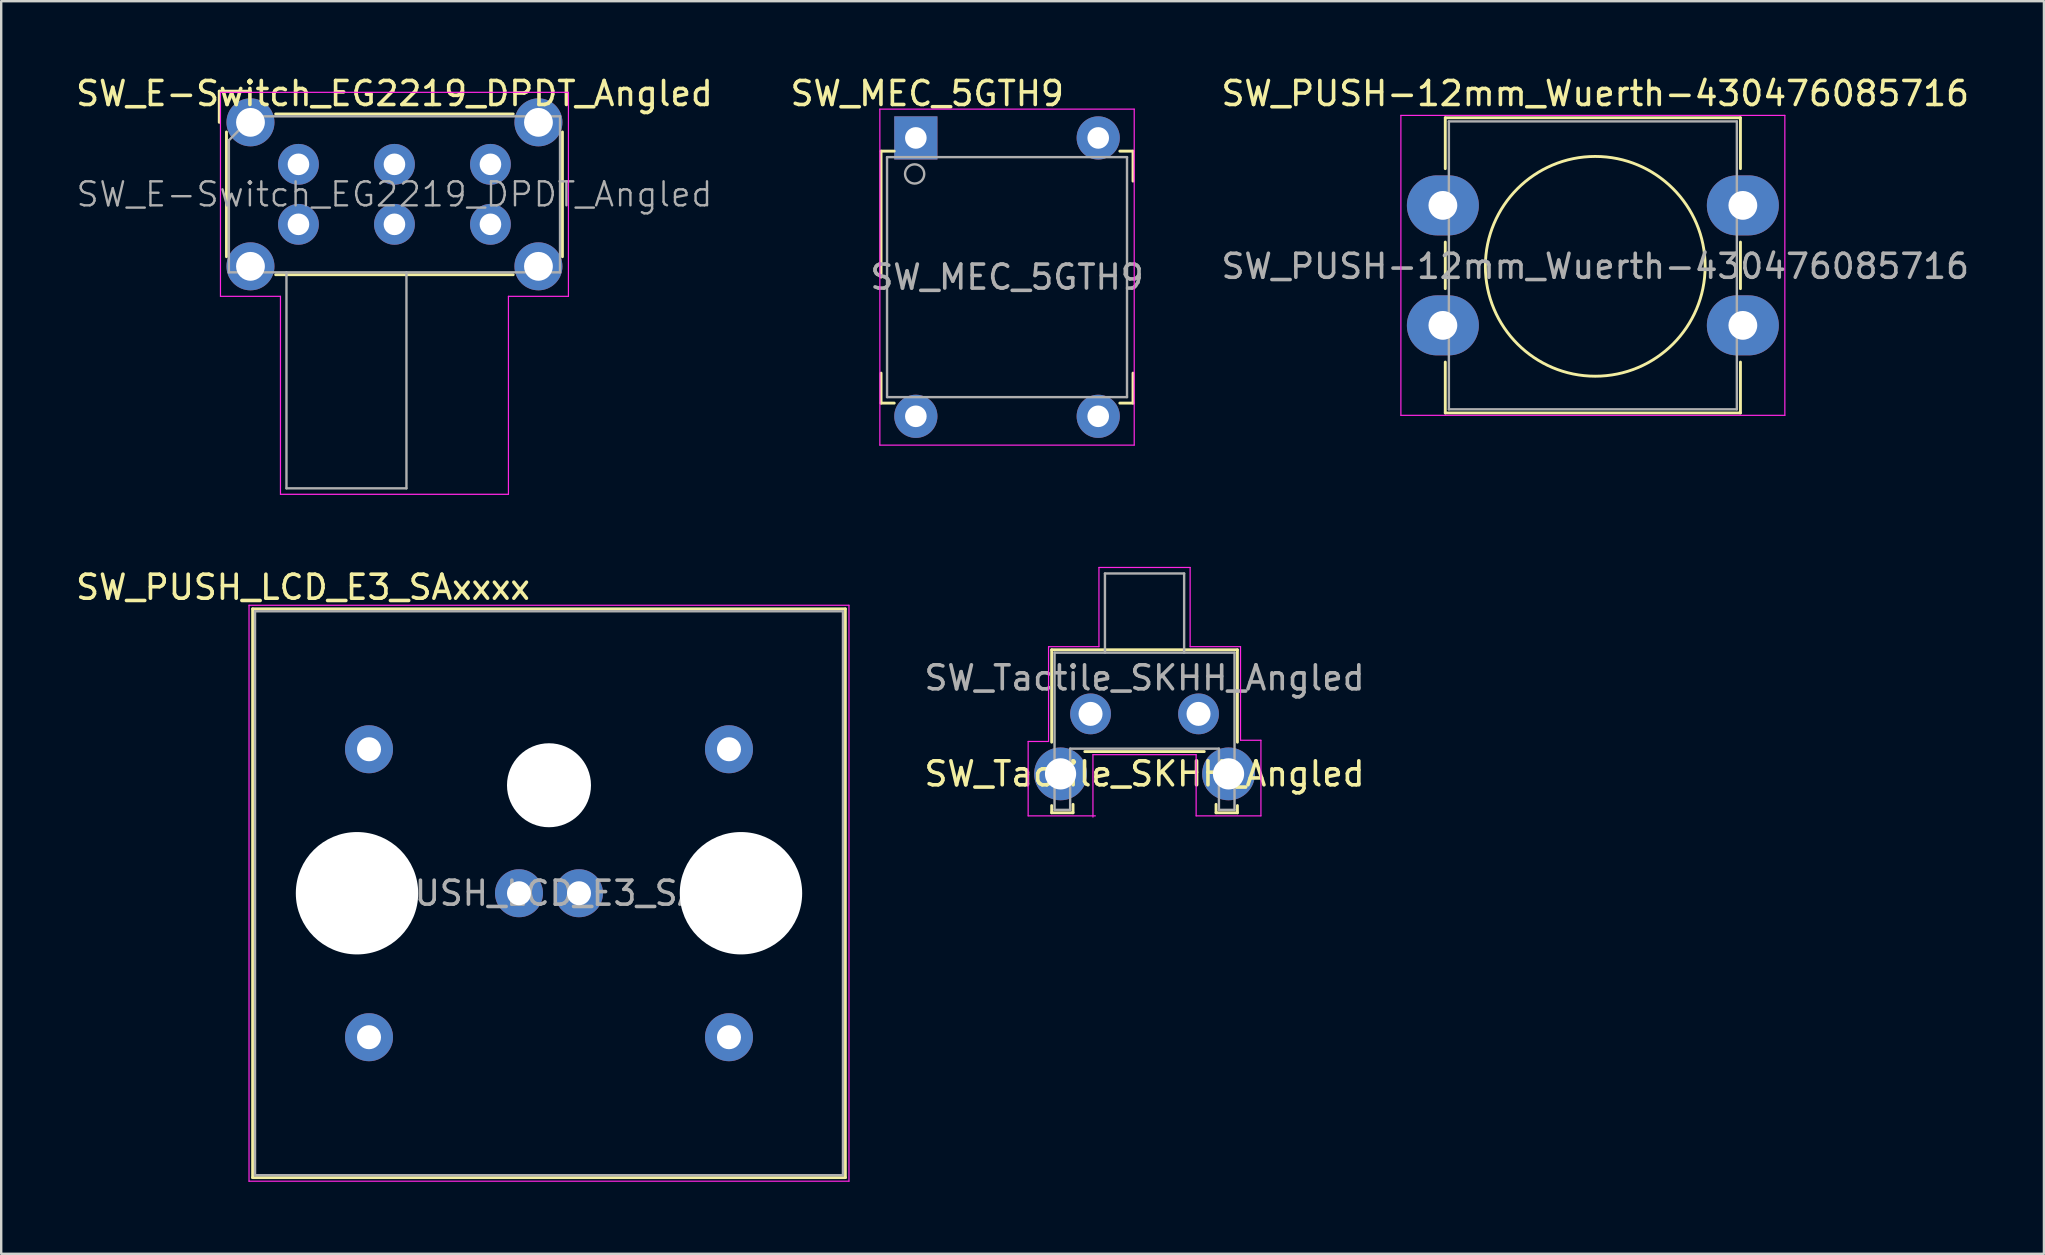
<source format=kicad_pcb>
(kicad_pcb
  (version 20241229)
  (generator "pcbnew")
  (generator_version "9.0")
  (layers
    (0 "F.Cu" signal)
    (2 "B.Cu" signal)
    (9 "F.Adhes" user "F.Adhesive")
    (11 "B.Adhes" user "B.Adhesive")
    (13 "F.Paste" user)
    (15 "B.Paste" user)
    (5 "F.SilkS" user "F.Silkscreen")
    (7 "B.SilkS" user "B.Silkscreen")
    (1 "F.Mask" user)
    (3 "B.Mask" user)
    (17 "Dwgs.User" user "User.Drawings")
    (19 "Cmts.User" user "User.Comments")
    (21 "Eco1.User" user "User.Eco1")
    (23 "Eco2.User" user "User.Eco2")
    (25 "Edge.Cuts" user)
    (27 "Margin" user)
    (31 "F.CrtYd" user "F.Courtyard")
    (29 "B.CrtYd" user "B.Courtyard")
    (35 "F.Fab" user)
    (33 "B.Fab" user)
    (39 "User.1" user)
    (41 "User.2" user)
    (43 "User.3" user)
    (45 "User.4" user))
  (footprint "SW_E-Switch_EG2219_DPDT_Angled"
    (layer "F.Cu")
    (at 9.387 3.798)
    (property "Reference" "SW_E-Switch_EG2219_DPDT_Angled" (at 4 -2.95 0) (layer "F.SilkS") (effects (font (size 1 1) (thickness 0.15))))
    (attr through_hole)
    (fp_line (start -3.3 -3.05) (end -2 -3.05) (stroke (width 0.12) (type solid)) (layer "F.SilkS"))
    (fp_line (start -3.3 -1.75) (end -3.3 -3.05) (stroke (width 0.12) (type solid)) (layer "F.SilkS"))
    (fp_line (start -3 3.85) (end -3 -1.35) (stroke (width 0.12) (type solid)) (layer "F.SilkS"))
    (fp_line (start -0.95 -2.1) (end 8.95 -2.1) (stroke (width 0.12) (type solid)) (layer "F.SilkS"))
    (fp_line (start 8.95 4.6) (end -0.95 4.6) (stroke (width 0.12) (type solid)) (layer "F.SilkS"))
    (fp_line (start 11 -1.35) (end 11 3.85) (stroke (width 0.12) (type solid)) (layer "F.SilkS"))
    (fp_line (start -3.25 -3) (end 11.25 -3) (stroke (width 0.05) (type solid)) (layer "F.CrtYd"))
    (fp_line (start -3.25 5.5) (end -3.25 -3) (stroke (width 0.05) (type solid)) (layer "F.CrtYd"))
    (fp_line (start -0.75 5.5) (end -3.25 5.5) (stroke (width 0.05) (type solid)) (layer "F.CrtYd"))
    (fp_line (start -0.75 13.75) (end -0.75 5.5) (stroke (width 0.05) (type solid)) (layer "F.CrtYd"))
    (fp_line (start 8.75 5.5) (end 8.75 13.75) (stroke (width 0.05) (type solid)) (layer "F.CrtYd"))
    (fp_line (start 8.75 13.75) (end -0.75 13.75) (stroke (width 0.05) (type solid)) (layer "F.CrtYd"))
    (fp_line (start 11.25 -3) (end 11.25 5.5) (stroke (width 0.05) (type solid)) (layer "F.CrtYd"))
    (fp_line (start 11.25 5.5) (end 8.75 5.5) (stroke (width 0.05) (type solid)) (layer "F.CrtYd"))
    (fp_line (start -2.9 4.5) (end -2.9 -1) (stroke (width 0.1) (type solid)) (layer "F.Fab"))
    (fp_line (start -1.9 -2) (end -2.9 -1) (stroke (width 0.1) (type solid)) (layer "F.Fab"))
    (fp_line (start -1.9 -2) (end 10.9 -2) (stroke (width 0.1) (type solid)) (layer "F.Fab"))
    (fp_line (start -0.5 13.5) (end -0.5 4.5) (stroke (width 0.1) (type solid)) (layer "F.Fab"))
    (fp_line (start 4.5 4.5) (end 4.5 13.5) (stroke (width 0.1) (type solid)) (layer "F.Fab"))
    (fp_line (start 4.5 13.5) (end -0.5 13.5) (stroke (width 0.1) (type solid)) (layer "F.Fab"))
    (fp_line (start 10.9 -2) (end 10.9 4.5) (stroke (width 0.1) (type solid)) (layer "F.Fab"))
    (fp_line (start 10.9 4.5) (end -2.9 4.5) (stroke (width 0.1) (type solid)) (layer "F.Fab"))
    (fp_text user "${REFERENCE}" (at 4 1.25 0) (layer "F.Fab") (effects (font (size 1 1) (thickness 0.1))))
    (pad "" thru_hole circle (at -2 -1.75) (size 2 2) (drill 1.2) (layers "*.Cu" "*.Mask"))
    (pad "" thru_hole circle (at -2 4.25) (size 2 2) (drill 1.2) (layers "*.Cu" "*.Mask"))
    (pad "" thru_hole circle (at 10 -1.75) (size 2 2) (drill 1.2) (layers "*.Cu" "*.Mask"))
    (pad "" thru_hole circle (at 10 4.25) (size 2 2) (drill 1.2) (layers "*.Cu" "*.Mask"))
    (pad "1" thru_hole circle (at 0 0) (size 1.7 1.7) (drill 0.9) (layers "*.Cu" "*.Mask"))
    (pad "2" thru_hole circle (at 4 0) (size 1.7 1.7) (drill 0.9) (layers "*.Cu" "*.Mask"))
    (pad "3" thru_hole circle (at 8 0) (size 1.7 1.7) (drill 0.9) (layers "*.Cu" "*.Mask"))
    (pad "4" thru_hole circle (at 0 2.5) (size 1.7 1.7) (drill 0.9) (layers "*.Cu" "*.Mask"))
    (pad "5" thru_hole circle (at 4 2.5) (size 1.7 1.7) (drill 0.9) (layers "*.Cu" "*.Mask"))
    (pad "6" thru_hole circle (at 8 2.5) (size 1.7 1.7) (drill 0.9) (layers "*.Cu" "*.Mask")))
  (footprint "SW_PUSH_LCD_E3_SAxxxx"
    (layer "F.Cu")
    (at 27.327 28.172)
    (property "Reference" "SW_PUSH_LCD_E3_SAxxxx" (at -17.75 -6.75 0) (layer "F.SilkS") (effects (font (size 1 1) (thickness 0.15))))
    (attr through_hole)
    (fp_line (start -19.85 -5.85) (end -19.85 17.85) (stroke (width 0.12) (type solid)) (layer "F.SilkS"))
    (fp_line (start -19.85 17.85) (end 4.85 17.85) (stroke (width 0.12) (type solid)) (layer "F.SilkS"))
    (fp_line (start 4.85 -5.85) (end -19.85 -5.85) (stroke (width 0.12) (type solid)) (layer "F.SilkS"))
    (fp_line (start 4.85 17.85) (end 4.85 -5.85) (stroke (width 0.12) (type solid)) (layer "F.SilkS"))
    (fp_line (start -20 -6) (end -20 18) (stroke (width 0.05) (type solid)) (layer "F.CrtYd"))
    (fp_line (start -20 18) (end 5 18) (stroke (width 0.05) (type solid)) (layer "F.CrtYd"))
    (fp_line (start 5 -6) (end -20 -6) (stroke (width 0.05) (type solid)) (layer "F.CrtYd"))
    (fp_line (start 5 18) (end 5 -6) (stroke (width 0.05) (type solid)) (layer "F.CrtYd"))
    (fp_line (start -19.75 -5.75) (end -19.75 17.75) (stroke (width 0.1) (type solid)) (layer "F.Fab"))
    (fp_line (start -19.75 17.75) (end 4.75 17.75) (stroke (width 0.1) (type solid)) (layer "F.Fab"))
    (fp_line (start 4.75 -5.75) (end -19.75 -5.75) (stroke (width 0.1) (type solid)) (layer "F.Fab"))
    (fp_line (start 4.75 -5.75) (end 4.75 17.75) (stroke (width 0.1) (type solid)) (layer "F.Fab"))
    (fp_text user "${REFERENCE}" (at -7.5 6 0) (layer "F.Fab") (effects (font (size 1 1) (thickness 0.15))))
    (pad "" np_thru_hole circle (at -15.5 6) (size 5.1 5.1) (drill 5.1) (layers "*.Cu" "*.Mask"))
    (pad "" np_thru_hole circle (at -7.5 1.5) (size 3.5 3.5) (drill 3.5) (layers "*.Cu" "*.Mask"))
    (pad "" np_thru_hole circle (at 0.5 6) (size 5.1 5.1) (drill 5.1) (layers "*.Cu" "*.Mask"))
    (pad "1" thru_hole circle (at 0 0) (size 2 2) (drill 1) (layers "*.Cu" "*.Mask"))
    (pad "2" thru_hole circle (at 0 12) (size 2 2) (drill 1) (layers "*.Cu" "*.Mask"))
    (pad "3" thru_hole circle (at -15 0) (size 2 2) (drill 1) (layers "*.Cu" "*.Mask"))
    (pad "4" thru_hole circle (at -15 12) (size 2 2) (drill 1) (layers "*.Cu" "*.Mask"))
    (pad "5" thru_hole circle (at -8.75 6) (size 2 2) (drill 1) (layers "*.Cu" "*.Mask"))
    (pad "6" thru_hole circle (at -6.25 6) (size 2 2) (drill 1) (layers "*.Cu" "*.Mask")))
  (footprint "SW_PUSH-12mm_Wuerth-430476085716"
    (layer "F.Cu")
    (at 57.076 5.508)
    (property "Reference" "SW_PUSH-12mm_Wuerth-430476085716" (at 6.35 -4.66 0) (layer "F.SilkS") (effects (font (size 1 1) (thickness 0.15))))
    (attr through_hole)
    (fp_line (start 0.1 -3.65) (end 12.4 -3.65) (stroke (width 0.12) (type solid)) (layer "F.SilkS"))
    (fp_line (start 0.1 -1.53) (end 0.1 -3.65) (stroke (width 0.12) (type solid)) (layer "F.SilkS"))
    (fp_line (start 0.1 3.47) (end 0.1 1.53) (stroke (width 0.12) (type solid)) (layer "F.SilkS"))
    (fp_line (start 0.1 8.65) (end 0.1 6.53) (stroke (width 0.12) (type solid)) (layer "F.SilkS"))
    (fp_line (start 12.4 -3.65) (end 12.4 -1.53) (stroke (width 0.12) (type solid)) (layer "F.SilkS"))
    (fp_line (start 12.4 1.53) (end 12.4 3.47) (stroke (width 0.12) (type solid)) (layer "F.SilkS"))
    (fp_line (start 12.4 6.53) (end 12.4 8.65) (stroke (width 0.12) (type solid)) (layer "F.SilkS"))
    (fp_line (start 12.4 8.65) (end 0.1 8.65) (stroke (width 0.12) (type solid)) (layer "F.SilkS"))
    (fp_circle (center 6.35 2.54) (end 10.929 2.54) (stroke (width 0.12) (type solid)) (fill no) (layer "F.SilkS"))
    (fp_line (start -1.75 -3.75) (end -1.75 8.75) (stroke (width 0.05) (type solid)) (layer "F.CrtYd"))
    (fp_line (start -1.75 8.75) (end 14.25 8.75) (stroke (width 0.05) (type solid)) (layer "F.CrtYd"))
    (fp_line (start 14.25 -3.75) (end -1.75 -3.75) (stroke (width 0.05) (type solid)) (layer "F.CrtYd"))
    (fp_line (start 14.25 8.75) (end 14.25 -3.75) (stroke (width 0.05) (type solid)) (layer "F.CrtYd"))
    (fp_line (start 0.25 -3.5) (end 0.25 8.5) (stroke (width 0.1) (type solid)) (layer "F.Fab"))
    (fp_line (start 0.25 8.5) (end 12.25 8.5) (stroke (width 0.1) (type solid)) (layer "F.Fab"))
    (fp_line (start 12.25 -3.5) (end 0.25 -3.5) (stroke (width 0.1) (type solid)) (layer "F.Fab"))
    (fp_line (start 12.25 8.5) (end 12.25 -3.5) (stroke (width 0.1) (type solid)) (layer "F.Fab"))
    (fp_text user "${REFERENCE}" (at 6.35 2.54 0) (layer "F.Fab") (effects (font (size 1 1) (thickness 0.15))))
    (pad "1" thru_hole oval (at 0 0) (size 3 2.5) (drill 1.2) (layers "*.Cu" "*.Mask"))
    (pad "1" thru_hole oval (at 12.5 0) (size 3 2.5) (drill 1.2) (layers "*.Cu" "*.Mask"))
    (pad "2" thru_hole oval (at 0 5) (size 3 2.5) (drill 1.2) (layers "*.Cu" "*.Mask"))
    (pad "2" thru_hole oval (at 12.5 5) (size 3 2.5) (drill 1.2) (layers "*.Cu" "*.Mask")))
  (footprint "SW_Tactile_SKHH_Angled"
    (layer "F.Cu")
    (at 42.394 26.698)
    (property "Reference" "SW_Tactile_SKHH_Angled" (at 2.25 2.5 0) (layer "F.SilkS") (effects (font (size 1 1) (thickness 0.15))))
    (attr through_hole)
    (fp_circle (center -1.25 2.5) (end -1.885 2.5) (stroke (width 0) (type solid)) (fill yes) (layer "F.Mask"))
    (fp_circle (center 0 0) (end -0.445 0) (stroke (width 0) (type solid)) (fill yes) (layer "F.Mask"))
    (fp_circle (center 4.5 0) (end 4.056 0) (stroke (width 0) (type solid)) (fill yes) (layer "F.Mask"))
    (fp_circle (center 5.75 2.5) (end 5.115 2.5) (stroke (width 0) (type solid)) (fill yes) (layer "F.Mask"))
    (fp_circle (center -1.25 2.5) (end -2.393 2.5) (stroke (width 0) (type solid)) (fill yes) (layer "B.Mask"))
    (fp_circle (center 0 0) (end -0.889 0) (stroke (width 0) (type solid)) (fill yes) (layer "B.Mask"))
    (fp_circle (center 4.5 0) (end 3.611 0) (stroke (width 0) (type solid)) (fill yes) (layer "B.Mask"))
    (fp_circle (center 5.75 2.5) (end 4.607 2.5) (stroke (width 0) (type solid)) (fill yes) (layer "B.Mask"))
    (fp_line (start -1.62 -2.67) (end -1.62 1.18) (stroke (width 0.12) (type solid)) (layer "F.SilkS"))
    (fp_line (start -1.62 3.82) (end -1.62 4.12) (stroke (width 0.12) (type solid)) (layer "F.SilkS"))
    (fp_line (start -0.73 4.12) (end -1.62 4.12) (stroke (width 0.12) (type solid)) (layer "F.SilkS"))
    (fp_line (start -0.73 4.12) (end -0.73 3.77) (stroke (width 0.12) (type solid)) (layer "F.SilkS"))
    (fp_line (start -0.24 1.57) (end 4.74 1.57) (stroke (width 0.12) (type solid)) (layer "F.SilkS"))
    (fp_line (start 5.23 4.12) (end 5.23 3.77) (stroke (width 0.12) (type solid)) (layer "F.SilkS"))
    (fp_line (start 6.12 -2.67) (end -1.62 -2.67) (stroke (width 0.12) (type solid)) (layer "F.SilkS"))
    (fp_line (start 6.12 1.18) (end 6.12 -2.67) (stroke (width 0.12) (type solid)) (layer "F.SilkS"))
    (fp_line (start 6.12 3.82) (end 6.12 4.12) (stroke (width 0.12) (type solid)) (layer "F.SilkS"))
    (fp_line (start 6.12 4.12) (end 5.23 4.12) (stroke (width 0.12) (type solid)) (layer "F.SilkS"))
    (fp_line (start -2.6 1.15) (end -1.75 1.15) (stroke (width 0.05) (type solid)) (layer "F.CrtYd"))
    (fp_line (start -2.6 4.25) (end -2.6 1.15) (stroke (width 0.05) (type solid)) (layer "F.CrtYd"))
    (fp_line (start -1.75 1.15) (end -1.75 -2.8) (stroke (width 0.05) (type solid)) (layer "F.CrtYd"))
    (fp_line (start 0.1 1.7) (end 4.4 1.7) (stroke (width 0.05) (type solid)) (layer "F.CrtYd"))
    (fp_line (start 0.1 4.3) (end 0.1 1.7) (stroke (width 0.05) (type solid)) (layer "F.CrtYd"))
    (fp_line (start 0.2 4.25) (end -2.6 4.25) (stroke (width 0.05) (type solid)) (layer "F.CrtYd"))
    (fp_line (start 0.35 -6.1) (end 0.35 -2.8) (stroke (width 0.05) (type solid)) (layer "F.CrtYd"))
    (fp_line (start 0.35 -2.8) (end -1.75 -2.8) (stroke (width 0.05) (type solid)) (layer "F.CrtYd"))
    (fp_line (start 4.15 -6.1) (end 0.35 -6.1) (stroke (width 0.05) (type solid)) (layer "F.CrtYd"))
    (fp_line (start 4.15 -2.8) (end 4.15 -6.1) (stroke (width 0.05) (type solid)) (layer "F.CrtYd"))
    (fp_line (start 4.4 1.7) (end 4.4 4.25) (stroke (width 0.05) (type solid)) (layer "F.CrtYd"))
    (fp_line (start 4.4 4.25) (end 7.1 4.25) (stroke (width 0.05) (type solid)) (layer "F.CrtYd"))
    (fp_line (start 6.25 -2.8) (end 4.15 -2.8) (stroke (width 0.05) (type solid)) (layer "F.CrtYd"))
    (fp_line (start 6.25 1.1) (end 6.25 -2.8) (stroke (width 0.05) (type solid)) (layer "F.CrtYd"))
    (fp_line (start 7.1 1.1) (end 6.25 1.1) (stroke (width 0.05) (type solid)) (layer "F.CrtYd"))
    (fp_line (start 7.1 4.25) (end 7.1 1.1) (stroke (width 0.05) (type solid)) (layer "F.CrtYd"))
    (fp_line (start -1.5 4) (end -1.5 -2.55) (stroke (width 0.1) (type solid)) (layer "F.Fab"))
    (fp_line (start -0.85 1.45) (end -0.85 4) (stroke (width 0.1) (type solid)) (layer "F.Fab"))
    (fp_line (start -0.85 4) (end -1.5 4) (stroke (width 0.1) (type solid)) (layer "F.Fab"))
    (fp_line (start 0.6 -5.85) (end 3.9 -5.85) (stroke (width 0.1) (type solid)) (layer "F.Fab"))
    (fp_line (start 0.6 -2.55) (end 0.6 -5.85) (stroke (width 0.1) (type solid)) (layer "F.Fab"))
    (fp_line (start 3.9 -2.55) (end 3.9 -5.85) (stroke (width 0.1) (type solid)) (layer "F.Fab"))
    (fp_line (start 5.35 1.45) (end -0.85 1.45) (stroke (width 0.1) (type solid)) (layer "F.Fab"))
    (fp_line (start 5.35 1.45) (end 5.35 4) (stroke (width 0.1) (type solid)) (layer "F.Fab"))
    (fp_line (start 6 -2.55) (end -1.5 -2.55) (stroke (width 0.1) (type solid)) (layer "F.Fab"))
    (fp_line (start 6 -2.55) (end 6 4) (stroke (width 0.1) (type solid)) (layer "F.Fab"))
    (fp_line (start 6 4) (end 5.35 4) (stroke (width 0.1) (type solid)) (layer "F.Fab"))
    (fp_text user "${REFERENCE}" (at 2.25 -1.5 0) (layer "F.Fab") (effects (font (size 1 1) (thickness 0.15))))
    (pad "" thru_hole circle (at -1.25 2.5 180) (size 2.2 2.2) (drill 1.3) (layers "*.Cu" "*.Mask"))
    (pad "" thru_hole circle (at 5.75 2.5 180) (size 2.2 2.2) (drill 1.3) (layers "*.Cu" "*.Mask"))
    (pad "1" thru_hole circle (at 0 0 180) (size 1.7 1.7) (drill 1) (layers "*.Cu" "*.Mask"))
    (pad "2" thru_hole circle (at 4.5 0 180) (size 1.7 1.7) (drill 1) (layers "*.Cu" "*.Mask")))
  (footprint "SW_MEC_5GTH9"
    (layer "F.Cu")
    (at 35.114 2.698)
    (property "Reference" "SW_MEC_5GTH9" (at 0.475 -1.85 180) (layer "F.SilkS") (effects (font (size 1 1) (thickness 0.15))))
    (attr through_hole)
    (fp_line (start -1.45 0.55) (end -1.45 5.8) (stroke (width 0.12) (type solid)) (layer "F.SilkS"))
    (fp_line (start -1.45 11.05) (end -1.45 9.8) (stroke (width 0.12) (type solid)) (layer "F.SilkS"))
    (fp_line (start -0.9 0.55) (end -1.45 0.55) (stroke (width 0.12) (type solid)) (layer "F.SilkS"))
    (fp_line (start -0.9 11.05) (end -1.45 11.05) (stroke (width 0.12) (type solid)) (layer "F.SilkS"))
    (fp_line (start 8.5 0.55) (end 9.05 0.55) (stroke (width 0.12) (type solid)) (layer "F.SilkS"))
    (fp_line (start 8.5 11.05) (end 9.05 11.05) (stroke (width 0.12) (type solid)) (layer "F.SilkS"))
    (fp_line (start 9.05 0.55) (end 9.05 1.8) (stroke (width 0.12) (type solid)) (layer "F.SilkS"))
    (fp_line (start 9.05 11.05) (end 9.05 9.8) (stroke (width 0.12) (type solid)) (layer "F.SilkS"))
    (fp_line (start -1.5 -1.2) (end 9.1 -1.2) (stroke (width 0.05) (type solid)) (layer "F.CrtYd"))
    (fp_line (start -1.5 12.8) (end -1.5 -1.2) (stroke (width 0.05) (type solid)) (layer "F.CrtYd"))
    (fp_line (start 9.1 -1.2) (end 9.1 12.8) (stroke (width 0.05) (type solid)) (layer "F.CrtYd"))
    (fp_line (start 9.1 12.8) (end -1.5 12.8) (stroke (width 0.05) (type solid)) (layer "F.CrtYd"))
    (fp_line (start -1.2 0.8) (end 8.8 0.8) (stroke (width 0.1) (type solid)) (layer "F.Fab"))
    (fp_line (start -1.2 10.8) (end -1.2 0.8) (stroke (width 0.1) (type solid)) (layer "F.Fab"))
    (fp_line (start 8.8 0.8) (end 8.8 10.8) (stroke (width 0.1) (type solid)) (layer "F.Fab"))
    (fp_line (start 8.8 10.8) (end -1.2 10.8) (stroke (width 0.1) (type solid)) (layer "F.Fab"))
    (fp_circle (center -0.05 1.5) (end -0.05 1.1) (stroke (width 0.1) (type solid)) (fill no) (layer "F.Fab"))
    (fp_text user "${REFERENCE}" (at 3.8 5.8 180) (layer "F.Fab") (effects (font (size 1 1) (thickness 0.15))))
    (pad "1" thru_hole rect (at 0 0 90) (size 1.8 1.8) (drill 0.9) (layers "*.Cu" "*.Mask"))
    (pad "2" thru_hole circle (at 0 11.6 90) (size 1.8 1.8) (drill 0.9) (layers "*.Cu" "*.Mask"))
    (pad "3" thru_hole circle (at 7.6 0 90) (size 1.8 1.8) (drill 0.9) (layers "*.Cu" "*.Mask"))
    (pad "4" thru_hole circle (at 7.6 11.6 90) (size 1.8 1.8) (drill 0.9) (layers "*.Cu" "*.Mask")))
  (gr_rect
    (start -3 -3)
    (end 82.123 49.197)
    (stroke (width 0.1) (type default))
    (fill no)
    (layer "Edge.Cuts")))
</source>
